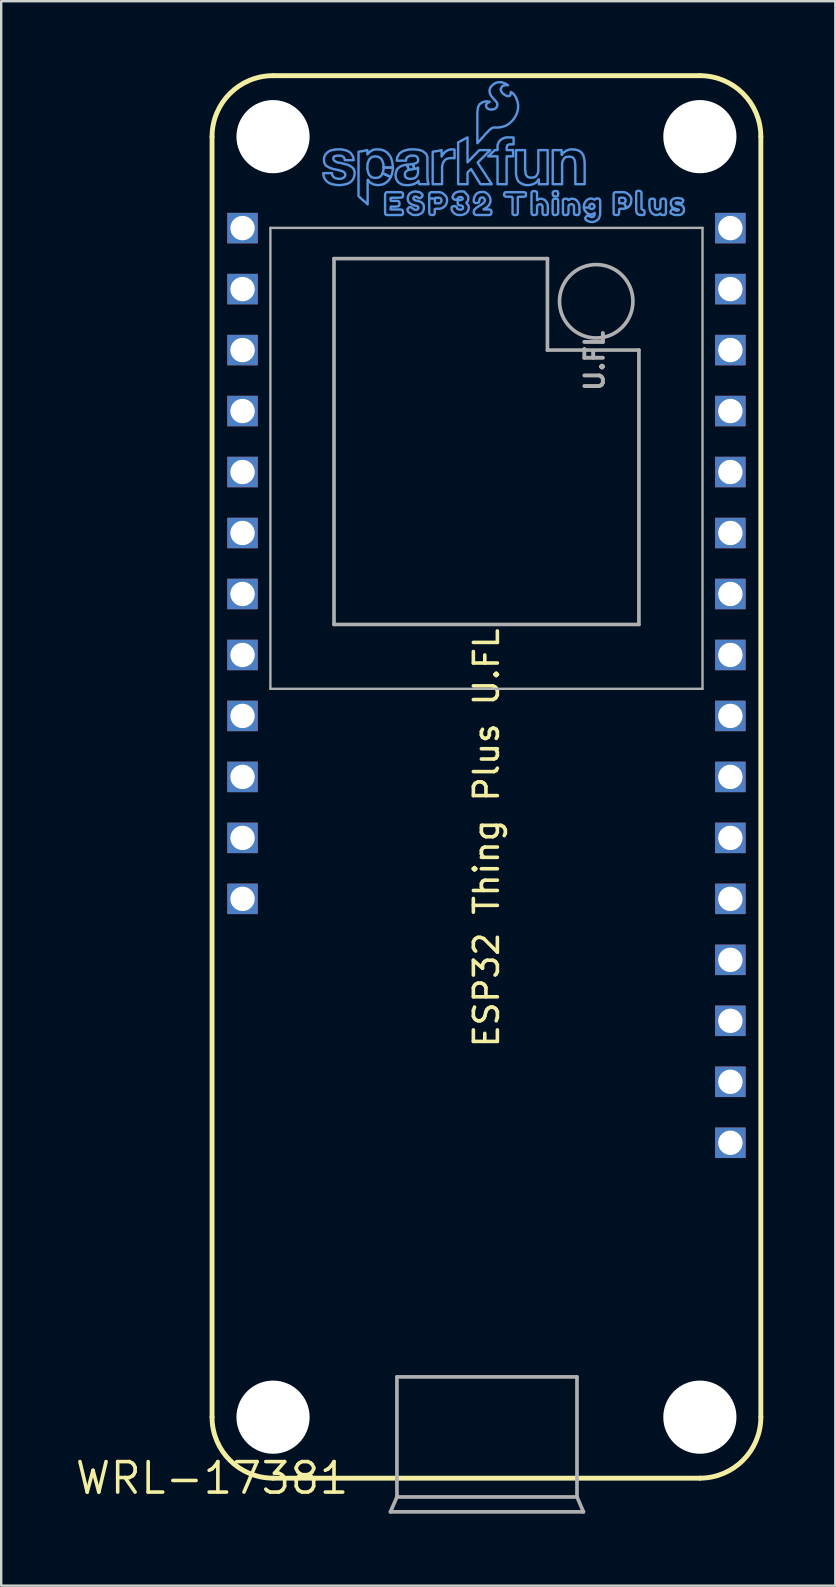
<source format=kicad_pcb>
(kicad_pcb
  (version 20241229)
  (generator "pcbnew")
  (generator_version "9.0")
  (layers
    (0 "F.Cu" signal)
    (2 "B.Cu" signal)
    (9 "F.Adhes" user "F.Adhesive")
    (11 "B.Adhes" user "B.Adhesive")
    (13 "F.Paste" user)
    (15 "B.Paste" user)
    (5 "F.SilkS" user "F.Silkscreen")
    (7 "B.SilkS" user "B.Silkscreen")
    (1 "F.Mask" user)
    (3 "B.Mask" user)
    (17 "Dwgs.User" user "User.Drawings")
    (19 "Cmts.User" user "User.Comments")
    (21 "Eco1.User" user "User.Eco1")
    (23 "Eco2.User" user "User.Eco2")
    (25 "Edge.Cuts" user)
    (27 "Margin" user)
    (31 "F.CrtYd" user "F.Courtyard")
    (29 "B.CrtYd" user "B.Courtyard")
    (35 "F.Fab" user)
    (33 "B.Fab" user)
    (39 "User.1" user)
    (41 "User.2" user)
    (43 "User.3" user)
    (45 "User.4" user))
  (footprint "WRL-17381"
    (layer "F.Cu")
    (at 5.783 58.522)
    (property "Reference" "WRL-17381" (at 0 0 0) (layer "F.SilkS") (effects (font (size 1.27 1.27) (thickness 0.15))))
    (attr through_hole)
    (fp_line (start 0 -55.88) (end 0 -2.54) (stroke (width 0.203) (type solid)) (layer "F.SilkS"))
    (fp_line (start 2.54 0) (end 20.32 0) (stroke (width 0.203) (type solid)) (layer "F.SilkS"))
    (fp_line (start 20.32 -58.42) (end 2.54 -58.42) (stroke (width 0.203) (type solid)) (layer "F.SilkS"))
    (fp_line (start 22.86 -2.54) (end 22.86 -55.88) (stroke (width 0.203) (type solid)) (layer "F.SilkS"))
    (fp_arc (start 0 -55.88) (mid 0.743949 -57.676051) (end 2.54 -58.42) (stroke (width 0.2032) (type solid)) (layer "F.SilkS"))
    (fp_arc (start 2.54 0) (mid 0.743949 -0.743949) (end 0 -2.54) (stroke (width 0.2032) (type solid)) (layer "F.SilkS"))
    (fp_arc (start 20.32 -58.42) (mid 22.116051 -57.676051) (end 22.86 -55.88) (stroke (width 0.2032) (type solid)) (layer "F.SilkS"))
    (fp_arc (start 22.86 -2.54) (mid 22.116051 -0.743949) (end 20.32 0) (stroke (width 0.2032) (type solid)) (layer "F.SilkS"))
    (fp_poly (pts (xy 7.101 -54.359) (xy 7.131 -54.439) (xy 7.141 -54.519) (xy 7.141 -54.599) (xy 7.531 -54.589) (xy 7.521 -54.449) (xy 7.491 -54.319) (xy 7.441 -54.199)) (stroke (width 0.1) (type solid)) (fill no) (layer "Cmts.User"))
    (fp_poly (pts (xy 8.121 -54.709) (xy 8.301 -54.729) (xy 8.371 -54.739) (xy 8.421 -54.539) (xy 8.401 -54.529) (xy 8.381 -54.529) (xy 8.351 -54.519) (xy 8.311 -54.519) (xy 8.281 -54.509) (xy 8.241 -54.509) (xy 8.221 -54.499) (xy 8.201 -54.499)) (stroke (width 0.1) (type solid)) (fill no) (layer "Cmts.User"))
    (fp_poly (pts (xy 10.251 -55.639) (xy 10.641 -55.849) (xy 10.641 -54.809) (xy 11.131 -55.319) (xy 11.591 -55.319) (xy 11.061 -54.799) (xy 11.651 -53.899) (xy 11.181 -53.899) (xy 10.791 -54.529) (xy 10.641 -54.389) (xy 10.641 -53.899) (xy 10.251 -53.899)) (stroke (width 0.1) (type solid)) (fill no) (layer "Cmts.User"))
    (fp_poly (pts (xy 14.397 -53.406) (xy 14.417 -53.466) (xy 14.417 -53.536) (xy 14.397 -53.596) (xy 14.327 -53.616) (xy 14.247 -53.606) (xy 14.197 -53.576) (xy 14.187 -53.516) (xy 14.197 -53.446) (xy 14.237 -53.396) (xy 14.307 -53.386) (xy 14.377 -53.396)) (stroke (width 0.1) (type solid)) (fill no) (layer "Cmts.User"))
    (fp_poly (pts (xy 14.187 -53.136) (xy 14.187 -52.726) (xy 14.197 -52.656) (xy 14.237 -52.616) (xy 14.327 -52.616) (xy 14.387 -52.636) (xy 14.417 -52.686) (xy 14.417 -53.236) (xy 14.387 -53.286) (xy 14.317 -53.296) (xy 14.237 -53.286) (xy 14.197 -53.246) (xy 14.187 -53.176)) (stroke (width 0.1) (type solid)) (fill no) (layer "Cmts.User"))
    (fp_poly (pts (xy 17.667 -53.506) (xy 17.667 -52.896) (xy 17.667 -52.816) (xy 17.677 -52.746) (xy 17.697 -52.696) (xy 17.727 -52.656) (xy 17.787 -52.626) (xy 17.877 -52.616) (xy 17.957 -52.616) (xy 17.997 -52.626) (xy 18.017 -52.686) (xy 18.017 -52.776) (xy 17.987 -52.816) (xy 17.927 -52.836) (xy 17.887 -52.876) (xy 17.887 -52.946) (xy 17.887 -53.556) (xy 17.857 -53.606) (xy 17.787 -53.626) (xy 17.707 -53.616) (xy 17.667 -53.576)) (stroke (width 0.1) (type solid)) (fill no) (layer "Cmts.User"))
    (fp_poly (pts (xy 12.257 -53.566) (xy 12.197 -53.556) (xy 12.167 -53.496) (xy 12.167 -53.426) (xy 12.217 -53.386) (xy 12.287 -53.376) (xy 12.487 -53.376) (xy 12.517 -53.336) (xy 12.517 -52.716) (xy 12.517 -52.656) (xy 12.567 -52.616) (xy 12.647 -52.616) (xy 12.707 -52.626) (xy 12.737 -52.686) (xy 12.737 -52.756) (xy 12.737 -53.366) (xy 12.797 -53.376) (xy 13.007 -53.376) (xy 13.067 -53.406) (xy 13.077 -53.466) (xy 13.067 -53.536) (xy 13.017 -53.566) (xy 12.947 -53.566)) (stroke (width 0.1) (type solid)) (fill no) (layer "Cmts.User"))
    (fp_poly (pts (xy 11.891 -55.059) (xy 11.501 -55.059) (xy 11.541 -55.089) (xy 11.701 -55.249) (xy 11.741 -55.279) (xy 11.771 -55.319) (xy 11.891 -55.319) (xy 11.891 -55.519) (xy 11.921 -55.599) (xy 11.951 -55.669) (xy 12.001 -55.729) (xy 12.071 -55.779) (xy 12.151 -55.819) (xy 12.251 -55.849) (xy 12.541 -55.849) (xy 12.561 -55.839) (xy 12.561 -55.559) (xy 12.391 -55.559) (xy 12.351 -55.549) (xy 12.311 -55.529) (xy 12.291 -55.499) (xy 12.281 -55.479) (xy 12.281 -55.439) (xy 12.271 -55.399) (xy 12.271 -55.319) (xy 12.541 -55.319) (xy 12.541 -55.059) (xy 12.271 -55.059) (xy 12.271 -53.899) (xy 11.891 -53.899)) (stroke (width 0.1) (type solid)) (fill no) (layer "Cmts.User"))
    (fp_poly (pts (xy 9.191 -55.249) (xy 9.241 -55.259) (xy 9.281 -55.269) (xy 9.331 -55.269) (xy 9.381 -55.279) (xy 9.421 -55.289) (xy 9.521 -55.309) (xy 9.561 -55.319) (xy 9.561 -55.049) (xy 9.601 -55.119) (xy 9.641 -55.169) (xy 9.691 -55.229) (xy 9.741 -55.269) (xy 9.811 -55.309) (xy 9.871 -55.329) (xy 9.941 -55.349) (xy 10.081 -55.349) (xy 10.091 -55.339) (xy 10.101 -55.339) (xy 10.101 -54.979) (xy 10.091 -54.979) (xy 10.071 -54.989) (xy 9.961 -54.989) (xy 9.861 -54.979) (xy 9.781 -54.959) (xy 9.711 -54.919) (xy 9.661 -54.859) (xy 9.621 -54.789) (xy 9.601 -54.719) (xy 9.581 -54.629) (xy 9.581 -53.899) (xy 9.191 -53.899)) (stroke (width 0.1) (type solid)) (fill no) (layer "Cmts.User"))
    (fp_poly (pts (xy 13.687 -53.296) (xy 13.627 -53.286) (xy 13.567 -53.246) (xy 13.537 -53.236) (xy 13.537 -53.506) (xy 13.527 -53.576) (xy 13.477 -53.606) (xy 13.387 -53.616) (xy 13.337 -53.596) (xy 13.307 -53.536) (xy 13.307 -52.716) (xy 13.317 -52.656) (xy 13.357 -52.616) (xy 13.447 -52.616) (xy 13.517 -52.636) (xy 13.537 -52.686) (xy 13.537 -52.956) (xy 13.557 -53.026) (xy 13.617 -53.056) (xy 13.687 -53.066) (xy 13.737 -53.036) (xy 13.767 -52.976) (xy 13.767 -52.696) (xy 13.787 -52.636) (xy 13.837 -52.616) (xy 13.927 -52.616) (xy 13.977 -52.646) (xy 13.987 -52.706) (xy 13.987 -52.986) (xy 13.977 -53.056) (xy 13.957 -53.116) (xy 13.917 -53.176) (xy 13.877 -53.226) (xy 13.817 -53.266) (xy 13.757 -53.286)) (stroke (width 0.1) (type solid)) (fill no) (layer "Cmts.User"))
    (fp_poly (pts (xy 7.437 -52.846) (xy 7.437 -52.906) (xy 7.447 -52.966) (xy 7.647 -52.966) (xy 7.727 -52.976) (xy 7.777 -52.996) (xy 7.807 -53.046) (xy 7.807 -53.136) (xy 7.777 -53.186) (xy 7.717 -53.206) (xy 7.447 -53.206) (xy 7.437 -53.256) (xy 7.437 -53.326) (xy 7.497 -53.336) (xy 7.837 -53.336) (xy 7.907 -53.346) (xy 7.947 -53.376) (xy 7.957 -53.466) (xy 7.937 -53.536) (xy 7.887 -53.566) (xy 7.827 -53.566) (xy 7.347 -53.566) (xy 7.267 -53.566) (xy 7.227 -53.536) (xy 7.207 -53.466) (xy 7.207 -52.716) (xy 7.217 -52.656) (xy 7.257 -52.616) (xy 7.337 -52.616) (xy 7.817 -52.616) (xy 7.887 -52.616) (xy 7.937 -52.636) (xy 7.957 -52.706) (xy 7.947 -52.786) (xy 7.907 -52.836) (xy 7.847 -52.846)) (stroke (width 0.1) (type solid)) (fill no) (layer "Cmts.User"))
    (fp_poly (pts (xy 14.997 -53.296) (xy 14.927 -53.286) (xy 14.877 -53.246) (xy 14.837 -53.236) (xy 14.807 -53.286) (xy 14.737 -53.296) (xy 14.657 -53.286) (xy 14.617 -53.246) (xy 14.617 -53.176) (xy 14.617 -52.696) (xy 14.637 -52.636) (xy 14.687 -52.616) (xy 14.787 -52.616) (xy 14.827 -52.646) (xy 14.847 -52.706) (xy 14.847 -52.916) (xy 14.847 -52.976) (xy 14.877 -53.036) (xy 14.937 -53.066) (xy 15.007 -53.066) (xy 15.057 -53.026) (xy 15.077 -52.956) (xy 15.077 -52.756) (xy 15.077 -52.686) (xy 15.097 -52.636) (xy 15.157 -52.616) (xy 15.247 -52.616) (xy 15.287 -52.656) (xy 15.307 -52.716) (xy 15.297 -52.996) (xy 15.287 -53.056) (xy 15.267 -53.126) (xy 15.227 -53.176) (xy 15.187 -53.226) (xy 15.127 -53.266) (xy 15.067 -53.286)) (stroke (width 0.1) (type solid)) (fill no) (layer "Cmts.User"))
    (fp_poly (pts (xy 18.527 -52.616) (xy 18.587 -52.626) (xy 18.647 -52.666) (xy 18.677 -52.676) (xy 18.707 -52.626) (xy 18.777 -52.616) (xy 18.857 -52.616) (xy 18.897 -52.666) (xy 18.907 -52.726) (xy 18.907 -53.206) (xy 18.887 -53.266) (xy 18.837 -53.296) (xy 18.747 -53.296) (xy 18.697 -53.266) (xy 18.677 -53.216) (xy 18.677 -52.936) (xy 18.647 -52.876) (xy 18.597 -52.846) (xy 18.517 -52.846) (xy 18.467 -52.886) (xy 18.447 -52.946) (xy 18.447 -53.146) (xy 18.447 -53.226) (xy 18.427 -53.276) (xy 18.357 -53.296) (xy 18.267 -53.286) (xy 18.227 -53.256) (xy 18.217 -53.196) (xy 18.217 -52.986) (xy 18.227 -52.916) (xy 18.237 -52.846) (xy 18.257 -52.786) (xy 18.297 -52.726) (xy 18.337 -52.676) (xy 18.397 -52.646) (xy 18.457 -52.616)) (stroke (width 0.1) (type solid)) (fill no) (layer "Cmts.User"))
    (fp_poly (pts (xy 13.981 -53.899) (xy 13.611 -53.899) (xy 13.611 -54.099) (xy 13.601 -54.099) (xy 13.561 -54.039) (xy 13.521 -53.989) (xy 13.471 -53.949) (xy 13.411 -53.919) (xy 13.361 -53.899) (xy 13.301 -53.879) (xy 13.231 -53.869) (xy 13.171 -53.859) (xy 13.031 -53.869) (xy 12.921 -53.909) (xy 12.831 -53.959) (xy 12.761 -54.019) (xy 12.711 -54.109) (xy 12.681 -54.209) (xy 12.661 -54.319) (xy 12.661 -55.319) (xy 13.041 -55.319) (xy 13.041 -54.519) (xy 13.061 -54.359) (xy 13.071 -54.299) (xy 13.131 -54.219) (xy 13.181 -54.189) (xy 13.231 -54.179) (xy 13.291 -54.169) (xy 13.371 -54.179) (xy 13.431 -54.189) (xy 13.481 -54.219) (xy 13.521 -54.259) (xy 13.551 -54.319) (xy 13.581 -54.389) (xy 13.591 -54.469) (xy 13.591 -55.319) (xy 13.981 -55.319)) (stroke (width 0.1) (type solid)) (fill no) (layer "Cmts.User"))
    (fp_poly (pts (xy 14.191 -55.319) (xy 14.561 -55.319) (xy 14.561 -55.119) (xy 14.571 -55.119) (xy 14.611 -55.179) (xy 14.651 -55.219) (xy 14.701 -55.259) (xy 14.761 -55.299) (xy 14.881 -55.339) (xy 14.941 -55.349) (xy 15.001 -55.349) (xy 15.141 -55.339) (xy 15.251 -55.309) (xy 15.341 -55.259) (xy 15.411 -55.189) (xy 15.461 -55.109) (xy 15.491 -55.009) (xy 15.511 -54.899) (xy 15.521 -54.769) (xy 15.521 -53.899) (xy 15.131 -53.899) (xy 15.131 -54.699) (xy 15.121 -54.779) (xy 15.111 -54.849) (xy 15.101 -54.909) (xy 15.071 -54.959) (xy 15.041 -54.999) (xy 14.991 -55.029) (xy 14.941 -55.039) (xy 14.881 -55.049) (xy 14.801 -55.039) (xy 14.741 -55.029) (xy 14.691 -54.999) (xy 14.651 -54.949) (xy 14.621 -54.899) (xy 14.591 -54.829) (xy 14.581 -54.739) (xy 14.581 -53.899) (xy 14.191 -53.899)) (stroke (width 0.1) (type solid)) (fill no) (layer "Cmts.User"))
    (fp_poly (pts (xy 9.777 -53.326) (xy 9.747 -53.386) (xy 9.707 -53.436) (xy 9.657 -53.486) (xy 9.597 -53.526) (xy 9.537 -53.556) (xy 9.477 -53.566) (xy 9.417 -53.566) (xy 9.207 -53.566) (xy 9.137 -53.566) (xy 9.077 -53.546) (xy 9.047 -53.496) (xy 9.047 -52.746) (xy 9.057 -52.676) (xy 9.077 -52.636) (xy 9.147 -52.616) (xy 9.227 -52.616) (xy 9.267 -52.656) (xy 9.277 -52.716) (xy 9.277 -52.856) (xy 9.327 -52.876) (xy 9.457 -52.876) (xy 9.527 -52.886) (xy 9.587 -52.906) (xy 9.487 -53.106) (xy 9.287 -53.106) (xy 9.277 -53.306) (xy 9.317 -53.336) (xy 9.457 -53.336) (xy 9.517 -53.316) (xy 9.557 -53.256) (xy 9.557 -53.186) (xy 9.517 -53.136) (xy 9.487 -53.106) (xy 9.587 -52.906) (xy 9.647 -52.946) (xy 9.697 -52.986) (xy 9.737 -53.036) (xy 9.767 -53.106) (xy 9.787 -53.166) (xy 9.787 -53.236) (xy 9.787 -53.306)) (stroke (width 0.1) (type solid)) (fill no) (layer "Cmts.User"))
    (fp_poly (pts (xy 17.457 -53.326) (xy 17.427 -53.386) (xy 17.387 -53.436) (xy 17.337 -53.486) (xy 17.277 -53.526) (xy 17.217 -53.556) (xy 17.147 -53.566) (xy 17.087 -53.566) (xy 16.887 -53.566) (xy 16.807 -53.566) (xy 16.747 -53.546) (xy 16.727 -53.496) (xy 16.727 -52.746) (xy 16.727 -52.676) (xy 16.747 -52.636) (xy 16.817 -52.616) (xy 16.907 -52.616) (xy 16.947 -52.656) (xy 16.957 -52.716) (xy 16.957 -52.856) (xy 16.997 -52.876) (xy 17.137 -52.876) (xy 17.197 -52.886) (xy 17.257 -52.906) (xy 17.157 -53.106) (xy 16.957 -53.106) (xy 16.957 -53.306) (xy 16.997 -53.336) (xy 17.127 -53.336) (xy 17.187 -53.316) (xy 17.227 -53.256) (xy 17.227 -53.186) (xy 17.197 -53.136) (xy 17.157 -53.106) (xy 17.267 -52.906) (xy 17.327 -52.946) (xy 17.377 -52.986) (xy 17.417 -53.036) (xy 17.447 -53.106) (xy 17.457 -53.166) (xy 17.467 -53.236) (xy 17.467 -53.306)) (stroke (width 0.1) (type solid)) (fill no) (layer "Cmts.User"))
    (fp_poly (pts (xy 19.107 -52.686) (xy 19.177 -52.656) (xy 19.237 -52.626) (xy 19.297 -52.616) (xy 19.367 -52.616) (xy 19.437 -52.616) (xy 19.507 -52.626) (xy 19.557 -52.646) (xy 19.607 -52.696) (xy 19.647 -52.746) (xy 19.657 -52.816) (xy 19.657 -52.886) (xy 19.637 -52.946) (xy 19.597 -52.996) (xy 19.537 -53.036) (xy 19.477 -53.056) (xy 19.407 -53.066) (xy 19.327 -53.086) (xy 19.317 -53.126) (xy 19.377 -53.146) (xy 19.447 -53.136) (xy 19.517 -53.116) (xy 19.567 -53.116) (xy 19.617 -53.176) (xy 19.627 -53.236) (xy 19.587 -53.286) (xy 19.517 -53.306) (xy 19.457 -53.316) (xy 19.387 -53.326) (xy 19.297 -53.316) (xy 19.227 -53.296) (xy 19.177 -53.266) (xy 19.137 -53.226) (xy 19.117 -53.176) (xy 19.107 -53.106) (xy 19.117 -53.046) (xy 19.147 -52.976) (xy 19.187 -52.926) (xy 19.247 -52.896) (xy 19.317 -52.876) (xy 19.387 -52.856) (xy 19.447 -52.836) (xy 19.427 -52.806) (xy 19.347 -52.796) (xy 19.287 -52.816) (xy 19.217 -52.856) (xy 19.157 -52.856) (xy 19.117 -52.796) (xy 19.087 -52.746)) (stroke (width 0.1) (type solid)) (fill no) (layer "Cmts.User"))
    (fp_poly (pts (xy 11.527 -52.846) (xy 11.317 -52.846) (xy 11.307 -52.856) (xy 11.357 -52.886) (xy 11.417 -52.916) (xy 11.477 -52.966) (xy 11.527 -53.016) (xy 11.557 -53.066) (xy 11.587 -53.136) (xy 11.597 -53.196) (xy 11.597 -53.266) (xy 11.577 -53.336) (xy 11.557 -53.396) (xy 11.517 -53.446) (xy 11.477 -53.496) (xy 11.417 -53.536) (xy 11.367 -53.566) (xy 11.297 -53.576) (xy 11.217 -53.576) (xy 11.157 -53.566) (xy 11.087 -53.546) (xy 11.037 -53.516) (xy 10.987 -53.466) (xy 10.947 -53.406) (xy 10.917 -53.346) (xy 10.907 -53.286) (xy 10.897 -53.216) (xy 10.907 -53.156) (xy 10.957 -53.116) (xy 11.037 -53.116) (xy 11.107 -53.136) (xy 11.127 -53.186) (xy 11.137 -53.246) (xy 11.157 -53.306) (xy 11.217 -53.346) (xy 11.287 -53.346) (xy 11.337 -53.306) (xy 11.367 -53.246) (xy 11.357 -53.186) (xy 11.317 -53.126) (xy 11.267 -53.086) (xy 11.217 -53.046) (xy 11.037 -52.936) (xy 10.987 -52.896) (xy 10.937 -52.846) (xy 10.907 -52.786) (xy 10.897 -52.726) (xy 10.917 -52.666) (xy 10.977 -52.616) (xy 11.037 -52.616) (xy 11.507 -52.616) (xy 11.577 -52.616) (xy 11.627 -52.656) (xy 11.637 -52.716) (xy 11.637 -52.786) (xy 11.597 -52.836)) (stroke (width 0.1) (type solid)) (fill no) (layer "Cmts.User"))
    (fp_poly (pts (xy 8.167 -52.756) (xy 8.207 -52.716) (xy 8.267 -52.676) (xy 8.327 -52.636) (xy 8.397 -52.616) (xy 8.457 -52.616) (xy 8.527 -52.616) (xy 8.597 -52.626) (xy 8.657 -52.656) (xy 8.717 -52.686) (xy 8.767 -52.726) (xy 8.797 -52.786) (xy 8.817 -52.846) (xy 8.827 -52.916) (xy 8.817 -52.996) (xy 8.807 -53.056) (xy 8.767 -53.106) (xy 8.717 -53.146) (xy 8.657 -53.176) (xy 8.587 -53.196) (xy 8.457 -53.226) (xy 8.397 -53.266) (xy 8.387 -53.326) (xy 8.427 -53.376) (xy 8.487 -53.386) (xy 8.547 -53.366) (xy 8.607 -53.316) (xy 8.667 -53.316) (xy 8.717 -53.346) (xy 8.767 -53.416) (xy 8.767 -53.466) (xy 8.717 -53.516) (xy 8.667 -53.556) (xy 8.597 -53.576) (xy 8.537 -53.586) (xy 8.467 -53.596) (xy 8.387 -53.586) (xy 8.327 -53.566) (xy 8.267 -53.536) (xy 8.217 -53.496) (xy 8.187 -53.436) (xy 8.157 -53.376) (xy 8.147 -53.316) (xy 8.157 -53.246) (xy 8.177 -53.176) (xy 8.217 -53.126) (xy 8.267 -53.086) (xy 8.327 -53.056) (xy 8.387 -53.026) (xy 8.457 -53.006) (xy 8.517 -52.996) (xy 8.577 -52.966) (xy 8.597 -52.906) (xy 8.567 -52.856) (xy 8.507 -52.826) (xy 8.437 -52.836) (xy 8.377 -52.876) (xy 8.317 -52.926) (xy 8.267 -52.946) (xy 8.207 -52.936) (xy 8.147 -52.876) (xy 8.137 -52.826)) (stroke (width 0.1) (type solid)) (fill no) (layer "Cmts.User"))
    (fp_poly (pts (xy 15.937 -52.666) (xy 15.927 -52.606) (xy 15.887 -52.546) (xy 15.827 -52.526) (xy 15.757 -52.546) (xy 15.697 -52.576) (xy 15.637 -52.596) (xy 15.587 -52.556) (xy 15.547 -52.496) (xy 15.547 -52.446) (xy 15.597 -52.396) (xy 15.667 -52.356) (xy 15.727 -52.336) (xy 15.797 -52.326) (xy 15.867 -52.326) (xy 15.927 -52.336) (xy 15.987 -52.366) (xy 16.047 -52.406) (xy 16.097 -52.446) (xy 16.127 -52.506) (xy 16.147 -52.566) (xy 16.167 -52.636) (xy 16.167 -52.706) (xy 16.167 -53.176) (xy 16.157 -53.246) (xy 16.117 -53.296) (xy 16.057 -53.306) (xy 15.977 -53.296) (xy 15.947 -53.256) (xy 15.907 -53.266) (xy 15.837 -53.296) (xy 15.777 -53.306) (xy 15.707 -53.286) (xy 15.647 -53.266) (xy 15.597 -53.216) (xy 15.547 -53.166) (xy 15.517 -53.106) (xy 15.497 -53.046) (xy 15.487 -52.976) (xy 15.487 -52.906) (xy 15.507 -52.846) (xy 15.537 -52.786) (xy 15.587 -52.736) (xy 15.637 -52.686) (xy 15.697 -52.656) (xy 15.757 -52.636) (xy 15.827 -52.646) (xy 15.897 -52.666) (xy 15.937 -52.706) (xy 15.847 -52.866) (xy 15.777 -52.866) (xy 15.727 -52.906) (xy 15.707 -52.926) (xy 15.717 -52.996) (xy 15.747 -53.056) (xy 15.807 -53.086) (xy 15.867 -53.076) (xy 15.917 -53.026) (xy 15.937 -52.966) (xy 15.907 -52.906) (xy 15.847 -52.866) (xy 15.937 -52.706)) (stroke (width 0.1) (type solid)) (fill no) (layer "Cmts.User"))
    (fp_poly (pts (xy 10.497 -53.596) (xy 10.357 -53.596) (xy 10.287 -53.596) (xy 10.227 -53.576) (xy 10.157 -53.556) (xy 10.107 -53.516) (xy 10.057 -53.466) (xy 10.027 -53.396) (xy 10.017 -53.346) (xy 10.047 -53.296) (xy 10.107 -53.256) (xy 10.167 -53.246) (xy 10.217 -53.286) (xy 10.257 -53.336) (xy 10.317 -53.366) (xy 10.387 -53.366) (xy 10.437 -53.326) (xy 10.437 -53.266) (xy 10.377 -53.246) (xy 10.297 -53.236) (xy 10.247 -53.216) (xy 10.227 -53.156) (xy 10.237 -53.066) (xy 10.277 -53.026) (xy 10.327 -53.016) (xy 10.407 -53.006) (xy 10.457 -52.956) (xy 10.457 -52.896) (xy 10.417 -52.856) (xy 10.357 -52.836) (xy 10.277 -52.846) (xy 10.217 -52.876) (xy 10.187 -52.946) (xy 10.157 -52.976) (xy 10.077 -52.986) (xy 9.997 -52.966) (xy 9.977 -52.926) (xy 9.977 -52.856) (xy 9.997 -52.796) (xy 10.037 -52.736) (xy 10.087 -52.686) (xy 10.137 -52.656) (xy 10.197 -52.626) (xy 10.267 -52.616) (xy 10.337 -52.616) (xy 10.407 -52.616) (xy 10.477 -52.636) (xy 10.537 -52.666) (xy 10.587 -52.696) (xy 10.637 -52.746) (xy 10.667 -52.806) (xy 10.687 -52.866) (xy 10.697 -52.936) (xy 10.687 -52.996) (xy 10.647 -53.056) (xy 10.597 -53.106) (xy 10.597 -53.146) (xy 10.647 -53.186) (xy 10.667 -53.246) (xy 10.677 -53.316) (xy 10.667 -53.386) (xy 10.637 -53.446) (xy 10.587 -53.496)) (stroke (width 0.1) (type solid)) (fill no) (layer "Cmts.User"))
    (fp_poly (pts (xy 7.441 -54.199) (xy 7.381 -54.089) (xy 7.291 -53.999) (xy 7.181 -53.919) (xy 7.061 -53.879) (xy 6.911 -53.859) (xy 6.731 -53.889) (xy 6.671 -53.919) (xy 6.571 -53.979) (xy 6.491 -54.079) (xy 6.481 -54.079) (xy 6.481 -53.059) (xy 6.391 -53.149) (xy 6.241 -53.269) (xy 6.151 -53.359) (xy 6.101 -53.399) (xy 6.101 -55.249) (xy 6.141 -55.259) (xy 6.191 -55.269) (xy 6.241 -55.269) (xy 6.281 -55.279) (xy 6.331 -55.289) (xy 6.371 -55.299) (xy 6.471 -55.319) (xy 6.471 -55.139) (xy 6.511 -55.189) (xy 6.551 -55.229) (xy 6.601 -55.269) (xy 6.701 -55.329) (xy 6.821 -55.349) (xy 6.891 -55.349) (xy 7.041 -55.339) (xy 7.181 -55.289) (xy 7.291 -55.219) (xy 7.381 -55.119) (xy 7.451 -55.009) (xy 7.491 -54.879) (xy 7.521 -54.739) (xy 7.531 -54.589) (xy 7.141 -54.599) (xy 7.141 -54.689) (xy 7.131 -54.769) (xy 7.101 -54.849) (xy 7.071 -54.919) (xy 7.021 -54.979) (xy 6.961 -55.019) (xy 6.891 -55.049) (xy 6.801 -55.059) (xy 6.721 -55.049) (xy 6.641 -55.019) (xy 6.591 -54.979) (xy 6.541 -54.919) (xy 6.511 -54.849) (xy 6.481 -54.769) (xy 6.471 -54.689) (xy 6.471 -54.519) (xy 6.511 -54.359) (xy 6.541 -54.289) (xy 6.591 -54.239) (xy 6.651 -54.189) (xy 6.721 -54.169) (xy 6.811 -54.159) (xy 6.891 -54.169) (xy 6.971 -54.189) (xy 7.031 -54.239) (xy 7.071 -54.289) (xy 7.101 -54.359)) (stroke (width 0.1) (type solid)) (fill no) (layer "Cmts.User"))
    (fp_poly (pts (xy 5.001 -54.359) (xy 5.001 -54.299) (xy 5.021 -54.249) (xy 5.051 -54.209) (xy 5.131 -54.149) (xy 5.191 -54.139) (xy 5.241 -54.129) (xy 5.301 -54.119) (xy 5.341 -54.129) (xy 5.381 -54.129) (xy 5.421 -54.139) (xy 5.461 -54.159) (xy 5.501 -54.189) (xy 5.531 -54.219) (xy 5.551 -54.299) (xy 5.541 -54.339) (xy 5.521 -54.379) (xy 5.481 -54.409) (xy 5.431 -54.439) (xy 5.371 -54.459) (xy 5.211 -54.499) (xy 5.111 -54.519) (xy 5.021 -54.539) (xy 4.941 -54.569) (xy 4.871 -54.599) (xy 4.801 -54.639) (xy 4.741 -54.679) (xy 4.701 -54.739) (xy 4.671 -54.809) (xy 4.661 -54.899) (xy 4.671 -55.019) (xy 4.711 -55.119) (xy 4.781 -55.199) (xy 4.851 -55.259) (xy 4.951 -55.309) (xy 5.051 -55.329) (xy 5.161 -55.349) (xy 5.391 -55.349) (xy 5.501 -55.329) (xy 5.601 -55.299) (xy 5.691 -55.259) (xy 5.771 -55.199) (xy 5.831 -55.119) (xy 5.881 -55.019) (xy 5.901 -54.899) (xy 5.531 -54.899) (xy 5.521 -54.949) (xy 5.501 -54.999) (xy 5.481 -55.029) (xy 5.451 -55.049) (xy 5.411 -55.069) (xy 5.361 -55.089) (xy 5.191 -55.089) (xy 5.161 -55.079) (xy 5.121 -55.069) (xy 5.091 -55.059) (xy 5.051 -54.999) (xy 5.051 -54.959) (xy 5.061 -54.919) (xy 5.091 -54.879) (xy 5.131 -54.849) (xy 5.191 -54.819) (xy 5.251 -54.799) (xy 5.331 -54.789) (xy 5.571 -54.729) (xy 5.661 -54.709) (xy 5.801 -54.629) (xy 5.861 -54.579) (xy 5.901 -54.519) (xy 5.931 -54.449) (xy 5.941 -54.359) (xy 5.921 -54.229) (xy 5.881 -54.119) (xy 5.821 -54.039) (xy 5.741 -53.969) (xy 5.641 -53.919) (xy 5.531 -53.889) (xy 5.411 -53.869) (xy 5.291 -53.859) (xy 5.171 -53.869) (xy 5.051 -53.889) (xy 4.941 -53.919) (xy 4.841 -53.969) (xy 4.761 -54.039) (xy 4.691 -54.129) (xy 4.651 -54.229) (xy 4.631 -54.359)) (stroke (width 0.1) (type solid)) (fill no) (layer "Cmts.User"))
    (fp_poly (pts (xy 12.441 -57.739) (xy 12.441 -57.659) (xy 12.421 -57.599) (xy 12.391 -57.579) (xy 12.361 -57.569) (xy 12.291 -57.569) (xy 12.211 -57.609) (xy 12.181 -57.629) (xy 12.141 -57.659) (xy 12.111 -57.679) (xy 12.081 -57.709) (xy 12.061 -57.749) (xy 12.041 -57.779) (xy 12.031 -57.819) (xy 12.021 -57.849) (xy 12.031 -57.879) (xy 12.041 -57.899) (xy 12.051 -57.929) (xy 12.071 -57.959) (xy 12.111 -57.989) (xy 12.151 -58.009) (xy 12.201 -58.019) (xy 12.241 -58.029) (xy 12.271 -58.029) (xy 12.301 -58.019) (xy 12.331 -58.019) (xy 12.321 -58.029) (xy 12.281 -58.059) (xy 12.221 -58.089) (xy 12.141 -58.119) (xy 12.051 -58.149) (xy 11.951 -58.149) (xy 11.841 -58.129) (xy 11.731 -58.069) (xy 11.641 -57.989) (xy 11.591 -57.919) (xy 11.561 -57.829) (xy 11.561 -57.749) (xy 11.581 -57.659) (xy 11.631 -57.569) (xy 11.701 -57.489) (xy 11.781 -57.399) (xy 11.851 -57.319) (xy 11.881 -57.249) (xy 11.881 -57.179) (xy 11.861 -57.119) (xy 11.821 -57.069) (xy 11.761 -57.029) (xy 11.681 -57.009) (xy 11.601 -57.009) (xy 11.551 -57.019) (xy 11.501 -57.039) (xy 11.471 -57.059) (xy 11.441 -57.089) (xy 11.421 -57.129) (xy 11.411 -57.159) (xy 11.411 -57.189) (xy 11.421 -57.219) (xy 11.441 -57.249) (xy 11.481 -57.289) (xy 11.511 -57.299) (xy 11.551 -57.319) (xy 11.561 -57.329) (xy 11.541 -57.339) (xy 11.521 -57.339) (xy 11.481 -57.349) (xy 11.401 -57.349) (xy 11.341 -57.339) (xy 11.241 -57.299) (xy 11.201 -57.269) (xy 11.151 -57.239) (xy 11.121 -57.189) (xy 11.091 -57.129) (xy 11.071 -57.069) (xy 11.051 -56.889) (xy 11.051 -55.609) (xy 11.061 -55.609) (xy 11.081 -55.639) (xy 11.111 -55.669) (xy 11.141 -55.709) (xy 11.191 -55.759) (xy 11.241 -55.819) (xy 11.301 -55.879) (xy 11.351 -55.949) (xy 11.481 -56.079) (xy 11.531 -56.139) (xy 11.631 -56.219) (xy 11.681 -56.249) (xy 11.741 -56.259) (xy 11.931 -56.259) (xy 12.051 -56.279) (xy 12.161 -56.309) (xy 12.261 -56.349) (xy 12.361 -56.409) (xy 12.441 -56.479) (xy 12.521 -56.559) (xy 12.591 -56.649) (xy 12.691 -56.829) (xy 12.741 -57.009) (xy 12.751 -57.189) (xy 12.721 -57.349) (xy 12.671 -57.489) (xy 12.601 -57.609) (xy 12.521 -57.699)) (stroke (width 0.1) (type solid)) (fill no) (layer "Cmts.User"))
    (fp_poly (pts (xy 8.201 -54.499) (xy 8.171 -54.489) (xy 8.151 -54.479) (xy 8.141 -54.469) (xy 8.101 -54.449) (xy 8.091 -54.439) (xy 8.071 -54.429) (xy 8.041 -54.369) (xy 8.041 -54.349) (xy 8.031 -54.329) (xy 8.031 -54.279) (xy 8.041 -54.249) (xy 8.041 -54.229) (xy 8.051 -54.209) (xy 8.061 -54.199) (xy 8.071 -54.179) (xy 8.091 -54.169) (xy 8.101 -54.159) (xy 8.141 -54.139) (xy 8.161 -54.139) (xy 8.181 -54.129) (xy 8.201 -54.129) (xy 8.221 -54.119) (xy 8.271 -54.119) (xy 8.321 -54.129) (xy 8.371 -54.129) (xy 8.411 -54.149) (xy 8.451 -54.159) (xy 8.481 -54.179) (xy 8.501 -54.199) (xy 8.521 -54.229) (xy 8.541 -54.249) (xy 8.561 -54.309) (xy 8.571 -54.329) (xy 8.581 -54.359) (xy 8.581 -54.589) (xy 8.561 -54.569) (xy 8.541 -54.569) (xy 8.501 -54.549) (xy 8.481 -54.549) (xy 8.461 -54.539) (xy 8.421 -54.539) (xy 8.371 -54.739) (xy 8.441 -54.759) (xy 8.501 -54.779) (xy 8.551 -54.809) (xy 8.581 -54.849) (xy 8.581 -54.959) (xy 8.551 -55.019) (xy 8.541 -55.029) (xy 8.531 -55.049) (xy 8.471 -55.079) (xy 8.451 -55.079) (xy 8.431 -55.089) (xy 8.251 -55.089) (xy 8.151 -55.039) (xy 8.111 -54.999) (xy 8.101 -54.979) (xy 8.091 -54.949) (xy 8.081 -54.929) (xy 8.081 -54.879) (xy 7.691 -54.879) (xy 7.711 -54.999) (xy 7.731 -55.059) (xy 7.761 -55.099) (xy 7.791 -55.149) (xy 7.821 -55.189) (xy 7.861 -55.219) (xy 7.961 -55.279) (xy 8.011 -55.299) (xy 8.061 -55.309) (xy 8.121 -55.329) (xy 8.181 -55.339) (xy 8.231 -55.349) (xy 8.461 -55.349) (xy 8.511 -55.339) (xy 8.571 -55.339) (xy 8.621 -55.329) (xy 8.671 -55.309) (xy 8.721 -55.299) (xy 8.771 -55.279) (xy 8.891 -55.189) (xy 8.921 -55.149) (xy 8.941 -55.109) (xy 8.961 -55.059) (xy 8.971 -55.009) (xy 8.971 -54.139) (xy 8.981 -54.119) (xy 8.981 -54.029) (xy 8.991 -54.009) (xy 8.991 -53.989) (xy 9.001 -53.969) (xy 9.001 -53.939) (xy 9.011 -53.919) (xy 9.021 -53.909) (xy 9.021 -53.899) (xy 8.631 -53.899) (xy 8.631 -53.909) (xy 8.621 -53.919) (xy 8.621 -53.929) (xy 8.611 -53.939) (xy 8.611 -53.969) (xy 8.601 -53.979) (xy 8.601 -54.039) (xy 8.581 -54.009) (xy 8.551 -53.989) (xy 8.531 -53.969) (xy 8.501 -53.949) (xy 8.471 -53.939) (xy 8.441 -53.919) (xy 8.321 -53.879) (xy 8.291 -53.879) (xy 8.261 -53.869) (xy 8.221 -53.869) (xy 8.191 -53.859) (xy 8.081 -53.859) (xy 8.031 -53.869) (xy 7.981 -53.869) (xy 7.941 -53.879) (xy 7.891 -53.899) (xy 7.851 -53.919) (xy 7.821 -53.939) (xy 7.781 -53.959) (xy 7.751 -53.989) (xy 7.731 -54.019) (xy 7.701 -54.059) (xy 7.681 -54.089) (xy 7.671 -54.139) (xy 7.651 -54.179) (xy 7.651 -54.229) (xy 7.641 -54.279) (xy 7.661 -54.389) (xy 7.691 -54.479) (xy 7.731 -54.549) (xy 7.801 -54.609) (xy 7.871 -54.649) (xy 7.951 -54.679) (xy 8.031 -54.699) (xy 8.121 -54.709)) (stroke (width 0.1) (type solid)) (fill no) (layer "Cmts.User"))
    (fp_line (start 2.43 -32.88) (end 2.43 -52.08) (stroke (width 0.1) (type solid)) (layer "F.Fab"))
    (fp_line (start 5.08 -50.8) (end 5.08 -35.56) (stroke (width 0.152) (type solid)) (layer "F.Fab"))
    (fp_line (start 5.08 -35.56) (end 17.78 -35.56) (stroke (width 0.152) (type solid)) (layer "F.Fab"))
    (fp_line (start 7.431 1.403) (end 7.701 0.783) (stroke (width 0.152) (type solid)) (layer "F.Fab"))
    (fp_line (start 7.701 -4.217) (end 7.701 0.783) (stroke (width 0.152) (type solid)) (layer "F.Fab"))
    (fp_line (start 7.701 0.783) (end 15.201 0.783) (stroke (width 0.152) (type solid)) (layer "F.Fab"))
    (fp_line (start 13.97 -50.8) (end 5.08 -50.8) (stroke (width 0.152) (type solid)) (layer "F.Fab"))
    (fp_line (start 13.97 -46.99) (end 13.97 -50.8) (stroke (width 0.152) (type solid)) (layer "F.Fab"))
    (fp_line (start 15.201 -4.217) (end 7.701 -4.217) (stroke (width 0.152) (type solid)) (layer "F.Fab"))
    (fp_line (start 15.201 0.783) (end 15.201 -4.217) (stroke (width 0.152) (type solid)) (layer "F.Fab"))
    (fp_line (start 15.471 1.403) (end 7.431 1.403) (stroke (width 0.152) (type solid)) (layer "F.Fab"))
    (fp_line (start 15.471 1.403) (end 15.201 0.783) (stroke (width 0.152) (type solid)) (layer "F.Fab"))
    (fp_line (start 17.78 -46.99) (end 13.97 -46.99) (stroke (width 0.152) (type solid)) (layer "F.Fab"))
    (fp_line (start 17.78 -35.56) (end 17.78 -46.99) (stroke (width 0.152) (type solid)) (layer "F.Fab"))
    (fp_line (start 20.43 -52.08) (end 2.43 -52.08) (stroke (width 0.1) (type solid)) (layer "F.Fab"))
    (fp_line (start 20.43 -52.08) (end 20.43 -32.88) (stroke (width 0.1) (type solid)) (layer "F.Fab"))
    (fp_line (start 20.43 -32.88) (end 2.43 -32.88) (stroke (width 0.1) (type solid)) (layer "F.Fab"))
    (fp_circle (center 16.002 -49.022) (end 17.531 -49.022) (stroke (width 0.152) (type solid)) (fill no) (layer "F.Fab"))
    (fp_poly (pts (xy 2.43 -34.82) (xy 2.43 -34.07) (xy 2.43 -33.92)) (stroke (width 0.1) (type solid)) (fill no) (layer "F.Fab"))
    (fp_poly (pts (xy 20.43 -50.06) (xy 20.43 -49.91) (xy 20.43 -49.31) (xy 20.43 -49.16)) (stroke (width 0.1) (type solid)) (fill no) (layer "F.Fab"))
    (fp_poly (pts (xy 20.43 -47.52) (xy 20.43 -47.37) (xy 20.43 -46.77) (xy 20.43 -46.62)) (stroke (width 0.1) (type solid)) (fill no) (layer "F.Fab"))
    (fp_poly (pts (xy 20.43 -44.98) (xy 20.43 -44.83) (xy 20.43 -44.23) (xy 20.43 -44.08)) (stroke (width 0.1) (type solid)) (fill no) (layer "F.Fab"))
    (fp_poly (pts (xy 20.43 -43.71) (xy 20.43 -43.56) (xy 20.43 -42.96) (xy 20.43 -42.81)) (stroke (width 0.1) (type solid)) (fill no) (layer "F.Fab"))
    (fp_poly (pts (xy 20.43 -42.44) (xy 20.43 -42.29) (xy 20.43 -41.69) (xy 20.43 -41.54)) (stroke (width 0.1) (type solid)) (fill no) (layer "F.Fab"))
    (fp_poly (pts (xy 20.43 -39.9) (xy 20.43 -39.75) (xy 20.43 -39.15) (xy 20.43 -39)) (stroke (width 0.1) (type solid)) (fill no) (layer "F.Fab"))
    (fp_poly (pts (xy 20.43 -37.36) (xy 20.43 -37.21) (xy 20.43 -36.61) (xy 20.43 -36.46)) (stroke (width 0.1) (type solid)) (fill no) (layer "F.Fab"))
    (fp_poly (pts (xy 20.43 -34.82) (xy 20.43 -34.67) (xy 20.43 -34.07) (xy 20.43 -33.92)) (stroke (width 0.1) (type solid)) (fill no) (layer "F.Fab"))
    (fp_poly (pts (xy 2.43 -50.06) (xy 2.43 -49.91) (xy 2.43 -49.91) (xy 2.43 -49.31) (xy 2.43 -49.16)) (stroke (width 0.1) (type solid)) (fill no) (layer "F.Fab"))
    (fp_poly (pts (xy 2.43 -47.52) (xy 2.43 -47.37) (xy 2.43 -47.37) (xy 2.43 -46.77) (xy 2.43 -46.62)) (stroke (width 0.1) (type solid)) (fill no) (layer "F.Fab"))
    (fp_poly (pts (xy 2.43 -44.98) (xy 2.43 -44.83) (xy 2.43 -44.83) (xy 2.43 -44.23) (xy 2.43 -44.08)) (stroke (width 0.1) (type solid)) (fill no) (layer "F.Fab"))
    (fp_poly (pts (xy 2.43 -42.44) (xy 2.43 -42.29) (xy 2.43 -42.29) (xy 2.43 -41.69) (xy 2.43 -41.54)) (stroke (width 0.1) (type solid)) (fill no) (layer "F.Fab"))
    (fp_poly (pts (xy 2.43 -39.9) (xy 2.43 -39.75) (xy 2.43 -39.75) (xy 2.43 -39.15) (xy 2.43 -39)) (stroke (width 0.1) (type solid)) (fill no) (layer "F.Fab"))
    (fp_poly (pts (xy 2.43 -37.36) (xy 2.43 -37.21) (xy 2.43 -37.21) (xy 2.43 -36.61) (xy 2.43 -36.46)) (stroke (width 0.1) (type solid)) (fill no) (layer "F.Fab"))
    (fp_text user "ESP32 Thing Plus U.FL" (at 11.43 -26.67 90) (layer "F.SilkS") (effects (font (size 1 1) (thickness 0.15))))
    (fp_text user "U.FL" (at 16.383 -47.879 270) (layer "F.Fab") (effects (font (size 0.772 0.772) (thickness 0.163)) (justify right bottom)))
    (pad "" np_thru_hole circle (at 2.54 -55.88) (size 3.048 3.048) (drill 3.048) (layers "*.Cu" "*.Mask"))
    (pad "" np_thru_hole circle (at 2.54 -2.54) (size 3.048 3.048) (drill 3.048) (layers "*.Cu" "*.Mask"))
    (pad "" np_thru_hole circle (at 20.32 -55.88) (size 3.048 3.048) (drill 3.048) (layers "*.Cu" "*.Mask"))
    (pad "" np_thru_hole circle (at 20.32 -2.54) (size 3.048 3.048) (drill 3.048) (layers "*.Cu" "*.Mask"))
    (pad "1@J2" thru_hole rect (at 1.27 -24.13 90) (size 1.27 1.27) (drill 1.016) (layers "*.Cu" "*.Mask"))
    (pad "1@J4" thru_hole rect (at 21.59 -13.97 90) (size 1.27 1.27) (drill 1.016) (layers "*.Cu" "*.Mask"))
    (pad "2@J2" thru_hole rect (at 1.27 -26.67 90) (size 1.27 1.27) (drill 1.016) (layers "*.Cu" "*.Mask"))
    (pad "2@J4" thru_hole rect (at 21.59 -16.51 90) (size 1.27 1.27) (drill 1.016) (layers "*.Cu" "*.Mask"))
    (pad "3@J2" thru_hole rect (at 1.27 -29.21 90) (size 1.27 1.27) (drill 1.016) (layers "*.Cu" "*.Mask"))
    (pad "3@J4" thru_hole rect (at 21.59 -19.05 90) (size 1.27 1.27) (drill 1.016) (layers "*.Cu" "*.Mask"))
    (pad "4@J2" thru_hole rect (at 1.27 -31.75 90) (size 1.27 1.27) (drill 1.016) (layers "*.Cu" "*.Mask"))
    (pad "4@J4" thru_hole rect (at 21.59 -21.59 90) (size 1.27 1.27) (drill 1.016) (layers "*.Cu" "*.Mask"))
    (pad "5@J2" thru_hole rect (at 1.27 -34.29 90) (size 1.27 1.27) (drill 1.016) (layers "*.Cu" "*.Mask"))
    (pad "5@J4" thru_hole rect (at 21.59 -24.13 90) (size 1.27 1.27) (drill 1.016) (layers "*.Cu" "*.Mask"))
    (pad "6@J2" thru_hole rect (at 1.27 -36.83 90) (size 1.27 1.27) (drill 1.016) (layers "*.Cu" "*.Mask"))
    (pad "6@J4" thru_hole rect (at 21.59 -26.67 90) (size 1.27 1.27) (drill 1.016) (layers "*.Cu" "*.Mask"))
    (pad "7@J2" thru_hole rect (at 1.27 -39.37 90) (size 1.27 1.27) (drill 1.016) (layers "*.Cu" "*.Mask"))
    (pad "7@J4" thru_hole rect (at 21.59 -29.21 90) (size 1.27 1.27) (drill 1.016) (layers "*.Cu" "*.Mask"))
    (pad "8@J2" thru_hole rect (at 1.27 -41.91 90) (size 1.27 1.27) (drill 1.016) (layers "*.Cu" "*.Mask"))
    (pad "8@J4" thru_hole rect (at 21.59 -31.75 90) (size 1.27 1.27) (drill 1.016) (layers "*.Cu" "*.Mask"))
    (pad "9@J2" thru_hole rect (at 1.27 -44.45 90) (size 1.27 1.27) (drill 1.016) (layers "*.Cu" "*.Mask"))
    (pad "9@J4" thru_hole rect (at 21.59 -34.29 90) (size 1.27 1.27) (drill 1.016) (layers "*.Cu" "*.Mask"))
    (pad "10@J2" thru_hole rect (at 1.27 -46.99 90) (size 1.27 1.27) (drill 1.016) (layers "*.Cu" "*.Mask"))
    (pad "10@J4" thru_hole rect (at 21.59 -36.83 90) (size 1.27 1.27) (drill 1.016) (layers "*.Cu" "*.Mask"))
    (pad "11@J2" thru_hole rect (at 1.27 -49.53 90) (size 1.27 1.27) (drill 1.016) (layers "*.Cu" "*.Mask"))
    (pad "11@J4" thru_hole rect (at 21.59 -39.37 90) (size 1.27 1.27) (drill 1.016) (layers "*.Cu" "*.Mask"))
    (pad "12@J2" thru_hole rect (at 1.27 -52.07 90) (size 1.27 1.27) (drill 1.016) (layers "*.Cu" "*.Mask"))
    (pad "12@J4" thru_hole rect (at 21.59 -41.91 90) (size 1.27 1.27) (drill 1.016) (layers "*.Cu" "*.Mask"))
    (pad "13@J4" thru_hole rect (at 21.59 -44.45 90) (size 1.27 1.27) (drill 1.016) (layers "*.Cu" "*.Mask"))
    (pad "14@J4" thru_hole rect (at 21.59 -46.99 90) (size 1.27 1.27) (drill 1.016) (layers "*.Cu" "*.Mask"))
    (pad "15@J4" thru_hole rect (at 21.59 -49.53 90) (size 1.27 1.27) (drill 1.016) (layers "*.Cu" "*.Mask"))
    (pad "16@J4" thru_hole rect (at 21.59 -52.07 90) (size 1.27 1.27) (drill 1.016) (layers "*.Cu" "*.Mask")))
  (gr_rect
    (start -3 -3)
    (end 31.744 63.001)
    (stroke (width 0.1) (type default))
    (fill no)
    (layer "Edge.Cuts")))
</source>
